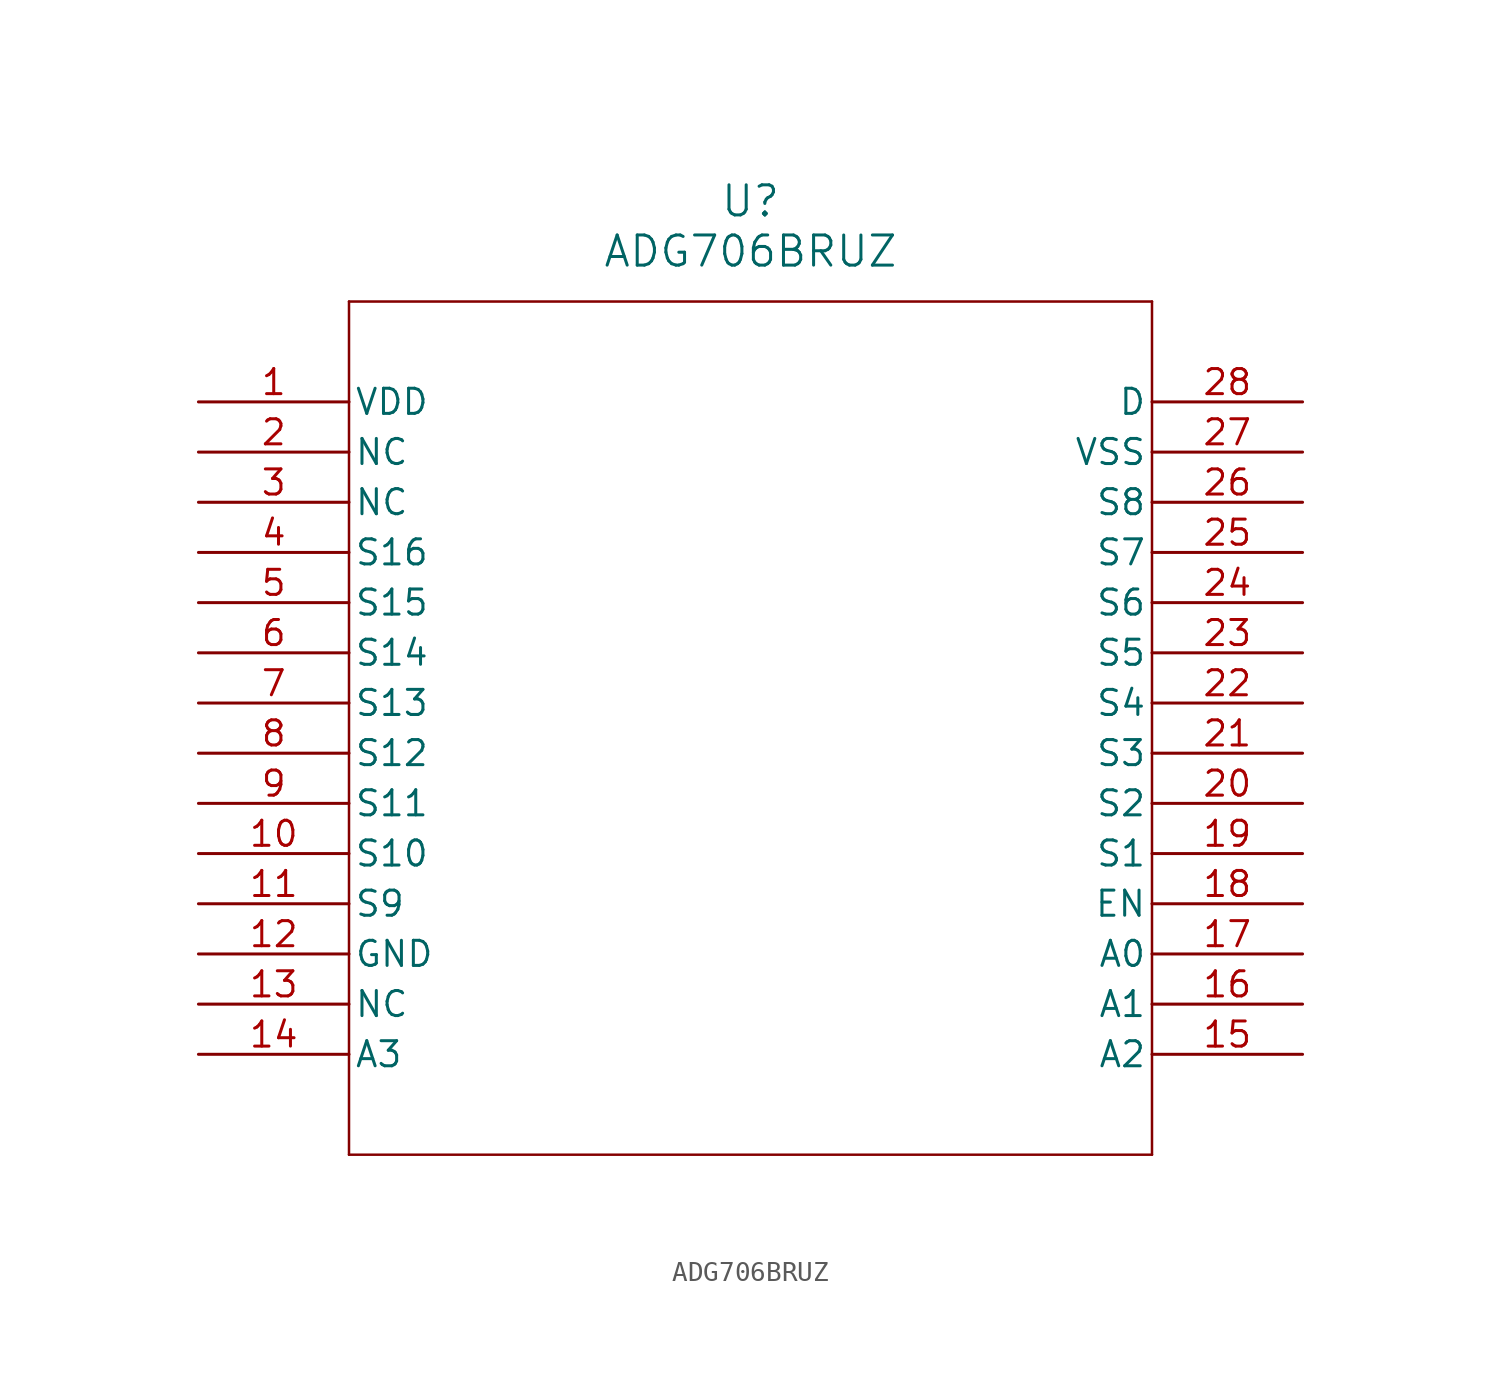
<source format=kicad_sym>
(kicad_symbol_lib
  (version 20211014)
  (generator kicad_symbol_editor)
  (symbol "ADG706BRUZ"
    (pin_names
      (offset 0.254))
    (property "Reference" "U"
      (at 27.94 10.16 0)
      (effects (font (size 1.524 1.524))))
    (property "Value" "ADG706BRUZ"
      (at 27.94 7.62 0)
      (effects (font (size 1.524 1.524))))
    (symbol "ADG706BRUZ_0_1"
      (polyline (pts (xy 7.62 5.08) (xy 7.62 -38.1)) (stroke (width 0.127) (type default) (color 0 0 0 0)) (fill (type none)))
      (polyline (pts (xy 7.62 -38.1) (xy 48.26 -38.1)) (stroke (width 0.127) (type default) (color 0 0 0 0)) (fill (type none)))
      (polyline (pts (xy 48.26 -38.1) (xy 48.26 5.08)) (stroke (width 0.127) (type default) (color 0 0 0 0)) (fill (type none)))
      (polyline (pts (xy 48.26 5.08) (xy 7.62 5.08)) (stroke (width 0.127) (type default) (color 0 0 0 0)) (fill (type none)))
      (pin power_in line (at 0 0 0) (length 7.62) (name "VDD" (effects (font (size 1.27 1.27)))) (number "1" (effects (font (size 1.27 1.27)))))
      (pin unspecified line (at 0 -2.54 0) (length 7.62) (name "NC" (effects (font (size 1.27 1.27)))) (number "2" (effects (font (size 1.27 1.27)))))
      (pin unspecified line (at 0 -5.08 0) (length 7.62) (name "NC" (effects (font (size 1.27 1.27)))) (number "3" (effects (font (size 1.27 1.27)))))
      (pin unspecified line (at 0 -7.62 0) (length 7.62) (name "S16" (effects (font (size 1.27 1.27)))) (number "4" (effects (font (size 1.27 1.27)))))
      (pin unspecified line (at 0 -10.16 0) (length 7.62) (name "S15" (effects (font (size 1.27 1.27)))) (number "5" (effects (font (size 1.27 1.27)))))
      (pin unspecified line (at 0 -12.7 0) (length 7.62) (name "S14" (effects (font (size 1.27 1.27)))) (number "6" (effects (font (size 1.27 1.27)))))
      (pin unspecified line (at 0 -15.24 0) (length 7.62) (name "S13" (effects (font (size 1.27 1.27)))) (number "7" (effects (font (size 1.27 1.27)))))
      (pin unspecified line (at 0 -17.78 0) (length 7.62) (name "S12" (effects (font (size 1.27 1.27)))) (number "8" (effects (font (size 1.27 1.27)))))
      (pin unspecified line (at 0 -20.32 0) (length 7.62) (name "S11" (effects (font (size 1.27 1.27)))) (number "9" (effects (font (size 1.27 1.27)))))
      (pin unspecified line (at 0 -22.86 0) (length 7.62) (name "S10" (effects (font (size 1.27 1.27)))) (number "10" (effects (font (size 1.27 1.27)))))
      (pin unspecified line (at 0 -25.4 0) (length 7.62) (name "S9" (effects (font (size 1.27 1.27)))) (number "11" (effects (font (size 1.27 1.27)))))
      (pin unspecified line (at 0 -27.94 0) (length 7.62) (name "GND" (effects (font (size 1.27 1.27)))) (number "12" (effects (font (size 1.27 1.27)))))
      (pin unspecified line (at 0 -30.48 0) (length 7.62) (name "NC" (effects (font (size 1.27 1.27)))) (number "13" (effects (font (size 1.27 1.27)))))
      (pin unspecified line (at 0 -33.02 0) (length 7.62) (name "A3" (effects (font (size 1.27 1.27)))) (number "14" (effects (font (size 1.27 1.27)))))
      (pin unspecified line (at 55.88 -33.02 180) (length 7.62) (name "A2" (effects (font (size 1.27 1.27)))) (number "15" (effects (font (size 1.27 1.27)))))
      (pin unspecified line (at 55.88 -30.48 180) (length 7.62) (name "A1" (effects (font (size 1.27 1.27)))) (number "16" (effects (font (size 1.27 1.27)))))
      (pin unspecified line (at 55.88 -27.94 180) (length 7.62) (name "A0" (effects (font (size 1.27 1.27)))) (number "17" (effects (font (size 1.27 1.27)))))
      (pin unspecified line (at 55.88 -25.4 180) (length 7.62) (name "EN" (effects (font (size 1.27 1.27)))) (number "18" (effects (font (size 1.27 1.27)))))
      (pin unspecified line (at 55.88 -22.86 180) (length 7.62) (name "S1" (effects (font (size 1.27 1.27)))) (number "19" (effects (font (size 1.27 1.27)))))
      (pin unspecified line (at 55.88 -20.32 180) (length 7.62) (name "S2" (effects (font (size 1.27 1.27)))) (number "20" (effects (font (size 1.27 1.27)))))
      (pin unspecified line (at 55.88 -17.78 180) (length 7.62) (name "S3" (effects (font (size 1.27 1.27)))) (number "21" (effects (font (size 1.27 1.27)))))
      (pin unspecified line (at 55.88 -15.24 180) (length 7.62) (name "S4" (effects (font (size 1.27 1.27)))) (number "22" (effects (font (size 1.27 1.27)))))
      (pin unspecified line (at 55.88 -12.7 180) (length 7.62) (name "S5" (effects (font (size 1.27 1.27)))) (number "23" (effects (font (size 1.27 1.27)))))
      (pin unspecified line (at 55.88 -10.16 180) (length 7.62) (name "S6" (effects (font (size 1.27 1.27)))) (number "24" (effects (font (size 1.27 1.27)))))
      (pin unspecified line (at 55.88 -7.62 180) (length 7.62) (name "S7" (effects (font (size 1.27 1.27)))) (number "25" (effects (font (size 1.27 1.27)))))
      (pin unspecified line (at 55.88 -5.08 180) (length 7.62) (name "S8" (effects (font (size 1.27 1.27)))) (number "26" (effects (font (size 1.27 1.27)))))
      (pin power_in line (at 55.88 -2.54 180) (length 7.62) (name "VSS" (effects (font (size 1.27 1.27)))) (number "27" (effects (font (size 1.27 1.27)))))
      (pin unspecified line (at 55.88 0 180) (length 7.62) (name "D" (effects (font (size 1.27 1.27)))) (number "28" (effects (font (size 1.27 1.27))))))))
</source>
